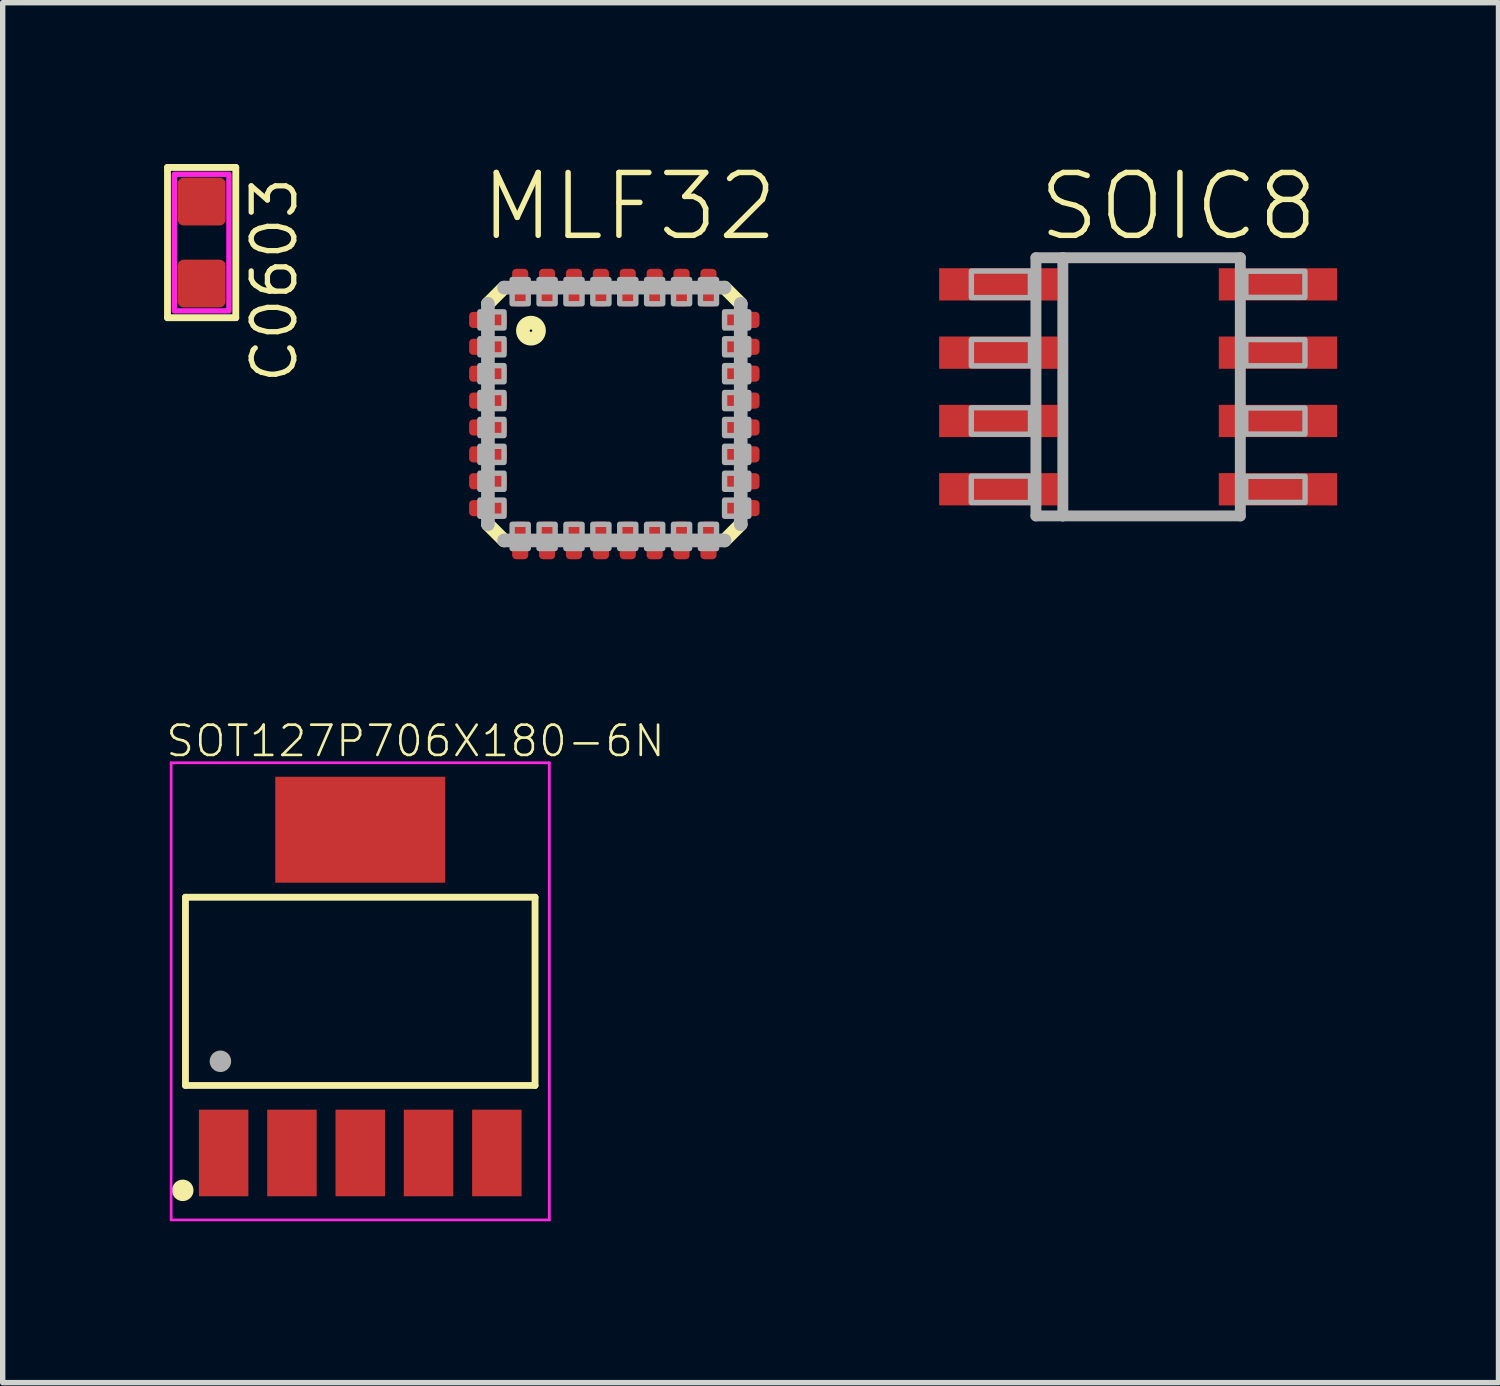
<source format=kicad_pcb>
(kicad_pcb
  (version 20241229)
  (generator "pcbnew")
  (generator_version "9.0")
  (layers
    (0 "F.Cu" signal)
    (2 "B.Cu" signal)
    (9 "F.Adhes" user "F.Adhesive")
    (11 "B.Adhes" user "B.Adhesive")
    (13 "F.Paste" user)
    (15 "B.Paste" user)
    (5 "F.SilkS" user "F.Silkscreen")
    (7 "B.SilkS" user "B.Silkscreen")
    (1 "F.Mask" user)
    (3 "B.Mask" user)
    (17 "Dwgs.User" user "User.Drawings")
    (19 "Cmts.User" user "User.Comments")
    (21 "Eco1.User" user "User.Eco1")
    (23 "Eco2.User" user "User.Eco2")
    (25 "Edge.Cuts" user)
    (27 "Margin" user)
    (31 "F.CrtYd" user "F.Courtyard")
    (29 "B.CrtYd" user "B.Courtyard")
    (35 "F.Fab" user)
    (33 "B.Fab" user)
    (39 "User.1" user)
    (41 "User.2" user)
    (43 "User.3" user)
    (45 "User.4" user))
  (footprint "SOIC8"
    (layer "F.Cu")
    (at 18.111 4.142)
    (property "Reference" "SOIC8" (at -1.906 -2.668 0) (layer "F.SilkS") (effects (font (size 1.169 1.169) (thickness 0.102)) (justify left bottom)))
    (fp_line (start -1.9 -2.4) (end -1.4 -2.4) (stroke (width 0.203) (type solid)) (layer "F.Fab"))
    (fp_line (start -1.9 2.4) (end -1.9 -2.4) (stroke (width 0.203) (type solid)) (layer "F.Fab"))
    (fp_line (start -1.4 -2.4) (end 1.9 -2.4) (stroke (width 0.203) (type solid)) (layer "F.Fab"))
    (fp_line (start -1.4 2.4) (end -1.9 2.4) (stroke (width 0.203) (type solid)) (layer "F.Fab"))
    (fp_line (start -1.4 2.4) (end -1.4 -2.4) (stroke (width 0.203) (type solid)) (layer "F.Fab"))
    (fp_line (start 1.9 -2.4) (end 1.9 2.4) (stroke (width 0.203) (type solid)) (layer "F.Fab"))
    (fp_line (start 1.9 2.4) (end -1.4 2.4) (stroke (width 0.203) (type solid)) (layer "F.Fab"))
    (fp_poly (pts (xy -3.102 0.389) (xy -3.102 0.882) (xy -2.001 0.882) (xy -2.001 0.389)) (stroke (width 0.1) (type default)) (fill no) (layer "F.Fab"))
    (fp_poly (pts (xy -3.102 1.66) (xy -3.102 2.152) (xy -2 2.152) (xy -2 1.66)) (stroke (width 0.1) (type default)) (fill no) (layer "F.Fab"))
    (fp_poly (pts (xy -3.101 -2.153) (xy -3.101 -1.659) (xy -2.003 -1.659) (xy -2.003 -2.153)) (stroke (width 0.1) (type default)) (fill no) (layer "F.Fab"))
    (fp_poly (pts (xy -3.101 -0.881) (xy -3.101 -0.389) (xy -2.001 -0.389) (xy -2.001 -0.881)) (stroke (width 0.1) (type default)) (fill no) (layer "F.Fab"))
    (fp_poly (pts (xy 2 1.664) (xy 2 2.15) (xy 3.104 2.15) (xy 3.104 1.664)) (stroke (width 0.1) (type default)) (fill no) (layer "F.Fab"))
    (fp_poly (pts (xy 2.001 0.393) (xy 2.001 0.879) (xy 3.103 0.879) (xy 3.103 0.393)) (stroke (width 0.1) (type default)) (fill no) (layer "F.Fab"))
    (fp_poly (pts (xy 2.002 -0.878) (xy 2.002 -0.392) (xy 3.102 -0.392) (xy 3.102 -0.878)) (stroke (width 0.1) (type default)) (fill no) (layer "F.Fab"))
    (fp_poly (pts (xy 2.003 -2.149) (xy 2.003 -1.663) (xy 3.101 -1.663) (xy 3.101 -2.149)) (stroke (width 0.1) (type default)) (fill no) (layer "F.Fab"))
    (pad "1" smd rect (at -2.6 -1.905 270) (size 0.6 2.2) (layers "F.Cu" "F.Mask" "F.Paste"))
    (pad "2" smd rect (at -2.6 -0.635 270) (size 0.6 2.2) (layers "F.Cu" "F.Mask" "F.Paste"))
    (pad "3" smd rect (at -2.6 0.635 270) (size 0.6 2.2) (layers "F.Cu" "F.Mask" "F.Paste"))
    (pad "4" smd rect (at -2.6 1.905 270) (size 0.6 2.2) (layers "F.Cu" "F.Mask" "F.Paste"))
    (pad "5" smd rect (at 2.6 1.905 270) (size 0.6 2.2) (layers "F.Cu" "F.Mask" "F.Paste"))
    (pad "6" smd rect (at 2.6 0.635 270) (size 0.6 2.2) (layers "F.Cu" "F.Mask" "F.Paste"))
    (pad "7" smd rect (at 2.6 -0.635 270) (size 0.6 2.2) (layers "F.Cu" "F.Mask" "F.Paste"))
    (pad "8" smd rect (at 2.6 -1.905 270) (size 0.6 2.2) (layers "F.Cu" "F.Mask" "F.Paste")))
  (footprint "C0603"
    (layer "F.Cu")
    (at 0.699 1.46)
    (property "Reference" "C0603" (at 0.889 -1.27 90) (layer "F.SilkS") (effects (font (size 0.791 0.791) (thickness 0.098)) (justify right top)))
    (fp_line (start -0.635 -1.397) (end 0.635 -1.397) (stroke (width 0.127) (type solid)) (layer "F.SilkS"))
    (fp_line (start -0.635 1.397) (end -0.635 -1.397) (stroke (width 0.127) (type solid)) (layer "F.SilkS"))
    (fp_line (start 0.635 -1.397) (end 0.635 1.397) (stroke (width 0.127) (type solid)) (layer "F.SilkS"))
    (fp_line (start 0.635 1.397) (end -0.635 1.397) (stroke (width 0.127) (type solid)) (layer "F.SilkS"))
    (fp_poly (pts (xy -0.508 -1.27) (xy -0.508 1.27) (xy 0.508 1.27) (xy 0.508 -1.27)) (stroke (width 0.1) (type default)) (fill no) (layer "F.CrtYd"))
    (fp_text user "${REFERENCE}" (at -0.254 -1.27 90) (layer "F.Mask") (effects (font (size 0.572 0.572) (thickness 0.064)) (justify right top)))
    (pad "1" smd roundrect (at 0 -0.762 270) (size 0.889 0.889) (layers "F.Cu" "F.Mask" "F.Paste") (roundrect_rratio 0.125))
    (pad "2" smd roundrect (at 0 0.762 270) (size 0.889 0.889) (layers "F.Cu" "F.Mask" "F.Paste") (roundrect_rratio 0.125)))
  (footprint "MLF32"
    (layer "F.Cu")
    (at 8.372 4.648)
    (property "Reference" "MLF32" (at -2.54 -3.175 0) (layer "F.SilkS") (effects (font (size 1.168 1.168) (thickness 0.102)) (justify left bottom)))
    (fp_line (start -2.35 -2.05) (end -2.05 -2.35) (stroke (width 0.254) (type solid)) (layer "F.SilkS"))
    (fp_line (start -2.05 2.35) (end -2.35 2.05) (stroke (width 0.254) (type solid)) (layer "F.SilkS"))
    (fp_line (start 2.05 -2.35) (end 2.35 -2.05) (stroke (width 0.254) (type solid)) (layer "F.SilkS"))
    (fp_line (start 2.35 2.05) (end 2.05 2.35) (stroke (width 0.254) (type solid)) (layer "F.SilkS"))
    (fp_circle (center -1.55 -1.55) (end -1.4 -1.55) (stroke (width 0.254) (type solid)) (fill no) (layer "F.SilkS"))
    (fp_line (start -2.35 2.05) (end -2.35 -2.05) (stroke (width 0.254) (type solid)) (layer "F.Fab"))
    (fp_line (start -2.05 -2.35) (end 2.05 -2.35) (stroke (width 0.254) (type solid)) (layer "F.Fab"))
    (fp_line (start 2.05 2.35) (end -2.05 2.35) (stroke (width 0.254) (type solid)) (layer "F.Fab"))
    (fp_line (start 2.35 -2.05) (end 2.35 2.05) (stroke (width 0.254) (type solid)) (layer "F.Fab"))
    (fp_poly (pts (xy -2.5 -1.6) (xy -2.05 -1.6) (xy -2.05 -1.9) (xy -2.5 -1.9)) (stroke (width 0.1) (type default)) (fill no) (layer "F.Fab"))
    (fp_poly (pts (xy -2.5 -1.1) (xy -2.05 -1.1) (xy -2.05 -1.4) (xy -2.5 -1.4)) (stroke (width 0.1) (type default)) (fill no) (layer "F.Fab"))
    (fp_poly (pts (xy -2.5 -0.6) (xy -2.05 -0.6) (xy -2.05 -0.9) (xy -2.5 -0.9)) (stroke (width 0.1) (type default)) (fill no) (layer "F.Fab"))
    (fp_poly (pts (xy -2.5 -0.1) (xy -2.05 -0.1) (xy -2.05 -0.4) (xy -2.5 -0.4)) (stroke (width 0.1) (type default)) (fill no) (layer "F.Fab"))
    (fp_poly (pts (xy -2.5 0.4) (xy -2.05 0.4) (xy -2.05 0.1) (xy -2.5 0.1)) (stroke (width 0.1) (type default)) (fill no) (layer "F.Fab"))
    (fp_poly (pts (xy -2.5 0.9) (xy -2.05 0.9) (xy -2.05 0.6) (xy -2.5 0.6)) (stroke (width 0.1) (type default)) (fill no) (layer "F.Fab"))
    (fp_poly (pts (xy -2.5 1.4) (xy -2.05 1.4) (xy -2.05 1.1) (xy -2.5 1.1)) (stroke (width 0.1) (type default)) (fill no) (layer "F.Fab"))
    (fp_poly (pts (xy -2.5 1.9) (xy -2.05 1.9) (xy -2.05 1.6) (xy -2.5 1.6)) (stroke (width 0.1) (type default)) (fill no) (layer "F.Fab"))
    (fp_poly (pts (xy -1.9 -2.05) (xy -1.6 -2.05) (xy -1.6 -2.5) (xy -1.9 -2.5)) (stroke (width 0.1) (type default)) (fill no) (layer "F.Fab"))
    (fp_poly (pts (xy -1.9 2.5) (xy -1.6 2.5) (xy -1.6 2.05) (xy -1.9 2.05)) (stroke (width 0.1) (type default)) (fill no) (layer "F.Fab"))
    (fp_poly (pts (xy -1.4 -2.05) (xy -1.1 -2.05) (xy -1.1 -2.5) (xy -1.4 -2.5)) (stroke (width 0.1) (type default)) (fill no) (layer "F.Fab"))
    (fp_poly (pts (xy -1.4 2.5) (xy -1.1 2.5) (xy -1.1 2.05) (xy -1.4 2.05)) (stroke (width 0.1) (type default)) (fill no) (layer "F.Fab"))
    (fp_poly (pts (xy -0.9 -2.05) (xy -0.6 -2.05) (xy -0.6 -2.5) (xy -0.9 -2.5)) (stroke (width 0.1) (type default)) (fill no) (layer "F.Fab"))
    (fp_poly (pts (xy -0.9 2.5) (xy -0.6 2.5) (xy -0.6 2.05) (xy -0.9 2.05)) (stroke (width 0.1) (type default)) (fill no) (layer "F.Fab"))
    (fp_poly (pts (xy -0.4 -2.05) (xy -0.1 -2.05) (xy -0.1 -2.5) (xy -0.4 -2.5)) (stroke (width 0.1) (type default)) (fill no) (layer "F.Fab"))
    (fp_poly (pts (xy -0.4 2.5) (xy -0.1 2.5) (xy -0.1 2.05) (xy -0.4 2.05)) (stroke (width 0.1) (type default)) (fill no) (layer "F.Fab"))
    (fp_poly (pts (xy 0.1 -2.05) (xy 0.4 -2.05) (xy 0.4 -2.5) (xy 0.1 -2.5)) (stroke (width 0.1) (type default)) (fill no) (layer "F.Fab"))
    (fp_poly (pts (xy 0.1 2.5) (xy 0.4 2.5) (xy 0.4 2.05) (xy 0.1 2.05)) (stroke (width 0.1) (type default)) (fill no) (layer "F.Fab"))
    (fp_poly (pts (xy 0.6 -2.05) (xy 0.9 -2.05) (xy 0.9 -2.5) (xy 0.6 -2.5)) (stroke (width 0.1) (type default)) (fill no) (layer "F.Fab"))
    (fp_poly (pts (xy 0.6 2.5) (xy 0.9 2.5) (xy 0.9 2.05) (xy 0.6 2.05)) (stroke (width 0.1) (type default)) (fill no) (layer "F.Fab"))
    (fp_poly (pts (xy 1.1 -2.05) (xy 1.4 -2.05) (xy 1.4 -2.5) (xy 1.1 -2.5)) (stroke (width 0.1) (type default)) (fill no) (layer "F.Fab"))
    (fp_poly (pts (xy 1.1 2.5) (xy 1.4 2.5) (xy 1.4 2.05) (xy 1.1 2.05)) (stroke (width 0.1) (type default)) (fill no) (layer "F.Fab"))
    (fp_poly (pts (xy 1.6 -2.05) (xy 1.9 -2.05) (xy 1.9 -2.5) (xy 1.6 -2.5)) (stroke (width 0.1) (type default)) (fill no) (layer "F.Fab"))
    (fp_poly (pts (xy 1.6 2.5) (xy 1.9 2.5) (xy 1.9 2.05) (xy 1.6 2.05)) (stroke (width 0.1) (type default)) (fill no) (layer "F.Fab"))
    (fp_poly (pts (xy 2.05 -1.6) (xy 2.5 -1.6) (xy 2.5 -1.9) (xy 2.05 -1.9)) (stroke (width 0.1) (type default)) (fill no) (layer "F.Fab"))
    (fp_poly (pts (xy 2.05 -1.1) (xy 2.5 -1.1) (xy 2.5 -1.4) (xy 2.05 -1.4)) (stroke (width 0.1) (type default)) (fill no) (layer "F.Fab"))
    (fp_poly (pts (xy 2.05 -0.6) (xy 2.5 -0.6) (xy 2.5 -0.9) (xy 2.05 -0.9)) (stroke (width 0.1) (type default)) (fill no) (layer "F.Fab"))
    (fp_poly (pts (xy 2.05 -0.1) (xy 2.5 -0.1) (xy 2.5 -0.4) (xy 2.05 -0.4)) (stroke (width 0.1) (type default)) (fill no) (layer "F.Fab"))
    (fp_poly (pts (xy 2.05 0.4) (xy 2.5 0.4) (xy 2.5 0.1) (xy 2.05 0.1)) (stroke (width 0.1) (type default)) (fill no) (layer "F.Fab"))
    (fp_poly (pts (xy 2.05 0.9) (xy 2.5 0.9) (xy 2.5 0.6) (xy 2.05 0.6)) (stroke (width 0.1) (type default)) (fill no) (layer "F.Fab"))
    (fp_poly (pts (xy 2.05 1.4) (xy 2.5 1.4) (xy 2.5 1.1) (xy 2.05 1.1)) (stroke (width 0.1) (type default)) (fill no) (layer "F.Fab"))
    (fp_poly (pts (xy 2.05 1.9) (xy 2.5 1.9) (xy 2.5 1.6) (xy 2.05 1.6)) (stroke (width 0.1) (type default)) (fill no) (layer "F.Fab"))
    (pad "1" smd roundrect (at -2.35 -1.75) (size 0.7 0.3) (layers "F.Cu" "F.Mask" "F.Paste") (roundrect_rratio 0.25))
    (pad "2" smd roundrect (at -2.35 -1.25) (size 0.7 0.3) (layers "F.Cu" "F.Mask" "F.Paste") (roundrect_rratio 0.25))
    (pad "3" smd roundrect (at -2.35 -0.75) (size 0.7 0.3) (layers "F.Cu" "F.Mask" "F.Paste") (roundrect_rratio 0.25))
    (pad "4" smd roundrect (at -2.35 -0.25) (size 0.7 0.3) (layers "F.Cu" "F.Mask" "F.Paste") (roundrect_rratio 0.25))
    (pad "5" smd roundrect (at -2.35 0.25) (size 0.7 0.3) (layers "F.Cu" "F.Mask" "F.Paste") (roundrect_rratio 0.25))
    (pad "6" smd roundrect (at -2.35 0.75) (size 0.7 0.3) (layers "F.Cu" "F.Mask" "F.Paste") (roundrect_rratio 0.25))
    (pad "7" smd roundrect (at -2.35 1.25) (size 0.7 0.3) (layers "F.Cu" "F.Mask" "F.Paste") (roundrect_rratio 0.25))
    (pad "8" smd roundrect (at -2.35 1.75) (size 0.7 0.3) (layers "F.Cu" "F.Mask" "F.Paste") (roundrect_rratio 0.25))
    (pad "9" smd roundrect (at -1.75 2.35) (size 0.3 0.7) (layers "F.Cu" "F.Mask" "F.Paste") (roundrect_rratio 0.25))
    (pad "10" smd roundrect (at -1.25 2.35) (size 0.3 0.7) (layers "F.Cu" "F.Mask" "F.Paste") (roundrect_rratio 0.25))
    (pad "11" smd roundrect (at -0.75 2.35) (size 0.3 0.7) (layers "F.Cu" "F.Mask" "F.Paste") (roundrect_rratio 0.25))
    (pad "12" smd roundrect (at -0.25 2.35) (size 0.3 0.7) (layers "F.Cu" "F.Mask" "F.Paste") (roundrect_rratio 0.25))
    (pad "13" smd roundrect (at 0.25 2.35) (size 0.3 0.7) (layers "F.Cu" "F.Mask" "F.Paste") (roundrect_rratio 0.25))
    (pad "14" smd roundrect (at 0.75 2.35) (size 0.3 0.7) (layers "F.Cu" "F.Mask" "F.Paste") (roundrect_rratio 0.25))
    (pad "15" smd roundrect (at 1.25 2.35) (size 0.3 0.7) (layers "F.Cu" "F.Mask" "F.Paste") (roundrect_rratio 0.25))
    (pad "16" smd roundrect (at 1.75 2.35) (size 0.3 0.7) (layers "F.Cu" "F.Mask" "F.Paste") (roundrect_rratio 0.25))
    (pad "17" smd roundrect (at 2.35 1.75) (size 0.7 0.3) (layers "F.Cu" "F.Mask" "F.Paste") (roundrect_rratio 0.25))
    (pad "18" smd roundrect (at 2.35 1.25) (size 0.7 0.3) (layers "F.Cu" "F.Mask" "F.Paste") (roundrect_rratio 0.25))
    (pad "19" smd roundrect (at 2.35 0.75) (size 0.7 0.3) (layers "F.Cu" "F.Mask" "F.Paste") (roundrect_rratio 0.25))
    (pad "20" smd roundrect (at 2.35 0.25) (size 0.7 0.3) (layers "F.Cu" "F.Mask" "F.Paste") (roundrect_rratio 0.25))
    (pad "21" smd roundrect (at 2.35 -0.25) (size 0.7 0.3) (layers "F.Cu" "F.Mask" "F.Paste") (roundrect_rratio 0.25))
    (pad "22" smd roundrect (at 2.35 -0.75) (size 0.7 0.3) (layers "F.Cu" "F.Mask" "F.Paste") (roundrect_rratio 0.25))
    (pad "23" smd roundrect (at 2.35 -1.25) (size 0.7 0.3) (layers "F.Cu" "F.Mask" "F.Paste") (roundrect_rratio 0.25))
    (pad "24" smd roundrect (at 2.35 -1.75) (size 0.7 0.3) (layers "F.Cu" "F.Mask" "F.Paste") (roundrect_rratio 0.25))
    (pad "25" smd roundrect (at 1.75 -2.35) (size 0.3 0.7) (layers "F.Cu" "F.Mask" "F.Paste") (roundrect_rratio 0.25))
    (pad "26" smd roundrect (at 1.25 -2.35) (size 0.3 0.7) (layers "F.Cu" "F.Mask" "F.Paste") (roundrect_rratio 0.25))
    (pad "27" smd roundrect (at 0.75 -2.35) (size 0.3 0.7) (layers "F.Cu" "F.Mask" "F.Paste") (roundrect_rratio 0.25))
    (pad "28" smd roundrect (at 0.25 -2.35) (size 0.3 0.7) (layers "F.Cu" "F.Mask" "F.Paste") (roundrect_rratio 0.25))
    (pad "29" smd roundrect (at -0.25 -2.35) (size 0.3 0.7) (layers "F.Cu" "F.Mask" "F.Paste") (roundrect_rratio 0.25))
    (pad "30" smd roundrect (at -0.75 -2.35) (size 0.3 0.7) (layers "F.Cu" "F.Mask" "F.Paste") (roundrect_rratio 0.25))
    (pad "31" smd roundrect (at -1.25 -2.35) (size 0.3 0.7) (layers "F.Cu" "F.Mask" "F.Paste") (roundrect_rratio 0.25))
    (pad "32" smd roundrect (at -1.75 -2.35) (size 0.3 0.7) (layers "F.Cu" "F.Mask" "F.Paste") (roundrect_rratio 0.25)))
  (footprint "SOT127P706X180-6N"
    (layer "F.Cu")
    (at 3.648 15.382)
    (property "Reference" "SOT127P706X180-6N" (at -3.648 -4.325 0) (layer "F.SilkS") (effects (font (size 0.562 0.562) (thickness 0.049)) (justify left bottom)))
    (fp_line (start -3.25 -1.75) (end 3.25 -1.75) (stroke (width 0.127) (type solid)) (layer "F.SilkS"))
    (fp_line (start -3.25 1.75) (end -3.25 -1.75) (stroke (width 0.127) (type solid)) (layer "F.SilkS"))
    (fp_line (start 3.25 -1.75) (end 3.25 1.75) (stroke (width 0.127) (type solid)) (layer "F.SilkS"))
    (fp_line (start 3.25 1.75) (end -3.25 1.75) (stroke (width 0.127) (type solid)) (layer "F.SilkS"))
    (fp_circle (center -3.3 3.7) (end -3.2 3.7) (stroke (width 0.2) (type solid)) (fill yes) (layer "F.SilkS"))
    (fp_line (start -3.516 -4.25) (end 3.516 -4.25) (stroke (width 0.05) (type solid)) (layer "F.CrtYd"))
    (fp_line (start -3.516 4.25) (end -3.516 -4.25) (stroke (width 0.05) (type solid)) (layer "F.CrtYd"))
    (fp_line (start 3.516 -4.25) (end 3.516 4.25) (stroke (width 0.05) (type solid)) (layer "F.CrtYd"))
    (fp_line (start 3.516 4.25) (end -3.516 4.25) (stroke (width 0.05) (type solid)) (layer "F.CrtYd"))
    (fp_circle (center -2.6 1.3) (end -2.5 1.3) (stroke (width 0.2) (type solid)) (fill no) (layer "F.Fab"))
    (pad "1" smd rect (at -2.54 3.005) (size 0.92 1.61) (layers "F.Cu" "F.Mask" "F.Paste"))
    (pad "2" smd rect (at -1.27 3.005) (size 0.92 1.61) (layers "F.Cu" "F.Mask" "F.Paste"))
    (pad "3" smd rect (at 0 3.005) (size 0.92 1.61) (layers "F.Cu" "F.Mask" "F.Paste"))
    (pad "4" smd rect (at 1.27 3.005) (size 0.92 1.61) (layers "F.Cu" "F.Mask" "F.Paste"))
    (pad "5" smd rect (at 2.54 3.005) (size 0.92 1.61) (layers "F.Cu" "F.Mask" "F.Paste"))
    (pad "6" smd rect (at 0 -3.005) (size 3.16 1.97) (layers "F.Cu" "F.Mask" "F.Paste")))
  (gr_rect
    (start -3 -3)
    (end 24.811 22.657)
    (stroke (width 0.1) (type default))
    (fill no)
    (layer "Edge.Cuts")))
</source>
